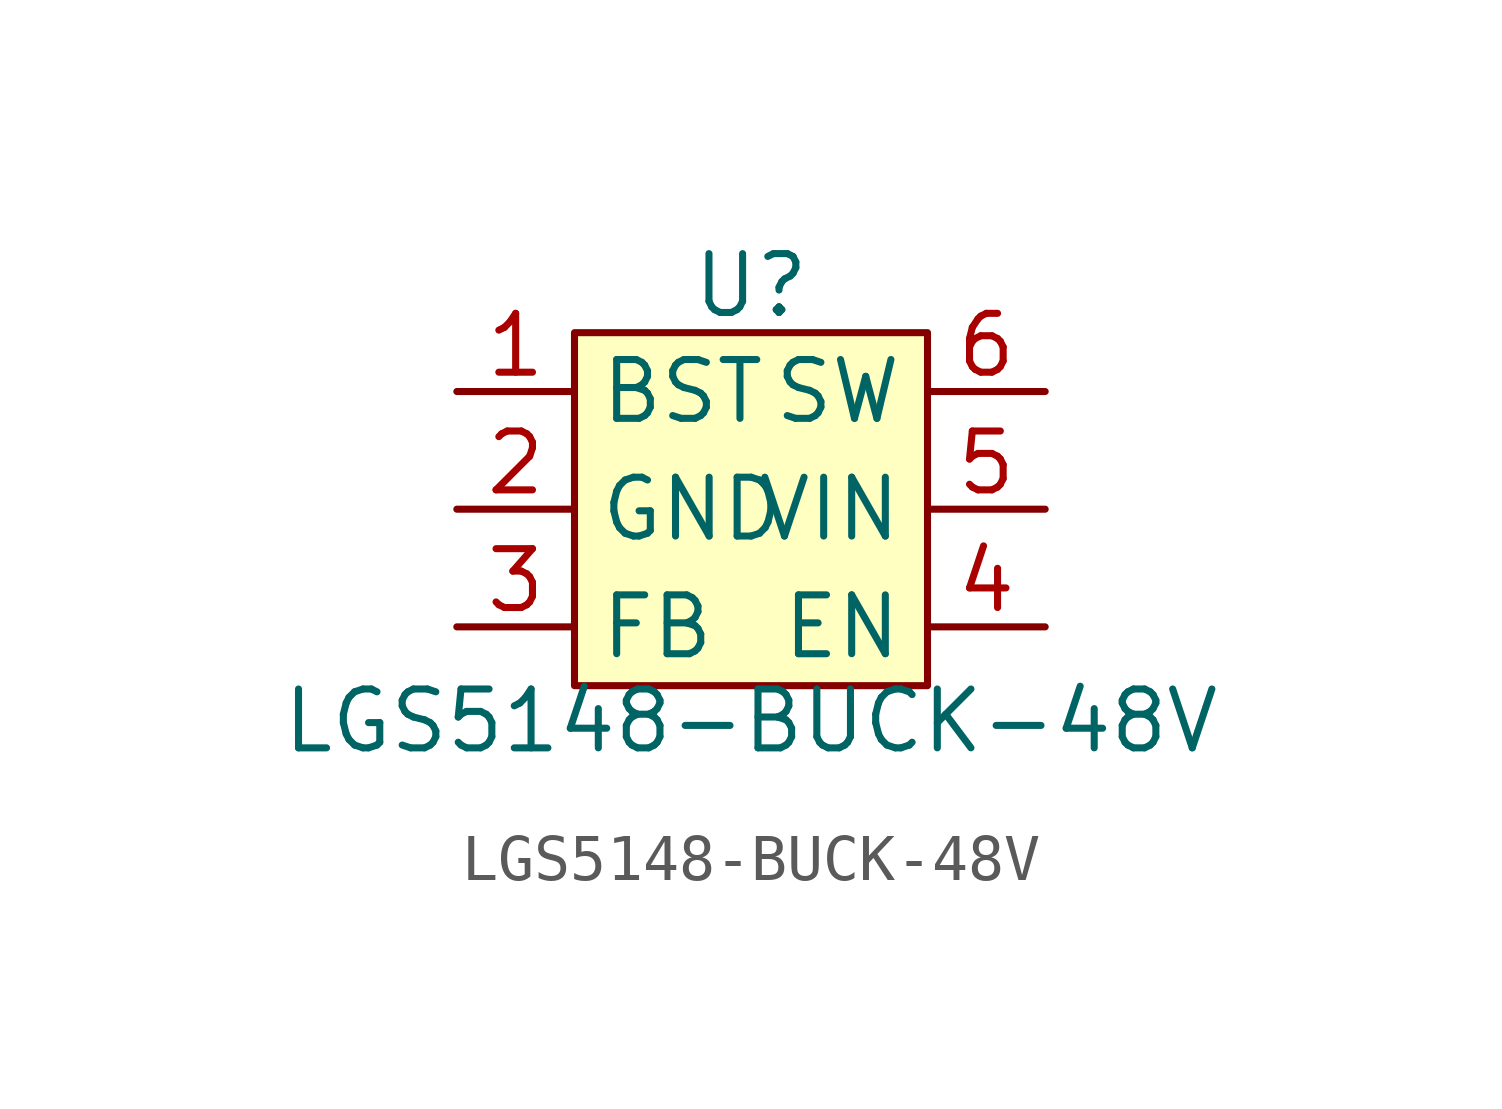
<source format=kicad_sym>
(kicad_symbol_lib
  (version 20241209)
  (generator "kicad_symbol_editor")
  (generator_version "9.0")
  (symbol "LGS5148-BUCK-48V"
    (property "Reference" "U"
      (at 0 4.826 0)
      (effects (font (size 1.27 1.27))))
    (property "Value" "LGS5148-BUCK-48V"
      (at 0 -4.572 0)
      (effects (font (size 1.27 1.27))))
    (symbol "LGS5148-BUCK-48V_1_1"
      (rectangle (start -3.81 3.81) (end 3.81 -3.81) (stroke (width 0) (type default)) (fill (type background)))
      (pin passive line (at -6.35 2.54 0) (length 2.54) (name "BST" (effects (font (size 1.27 1.27)))) (number "1" (effects (font (size 1.27 1.27)))))
      (pin passive line (at -6.35 0 0) (length 2.54) (name "GND" (effects (font (size 1.27 1.27)))) (number "2" (effects (font (size 1.27 1.27)))))
      (pin passive line (at -6.35 -2.54 0) (length 2.54) (name "FB" (effects (font (size 1.27 1.27)))) (number "3" (effects (font (size 1.27 1.27)))))
      (pin passive line (at 6.35 2.54 180) (length 2.54) (name "SW" (effects (font (size 1.27 1.27)))) (number "6" (effects (font (size 1.27 1.27)))))
      (pin passive line (at 6.35 0 180) (length 2.54) (name "VIN" (effects (font (size 1.27 1.27)))) (number "5" (effects (font (size 1.27 1.27)))))
      (pin passive line (at 6.35 -2.54 180) (length 2.54) (name "EN" (effects (font (size 1.27 1.27)))) (number "4" (effects (font (size 1.27 1.27))))))))
</source>
